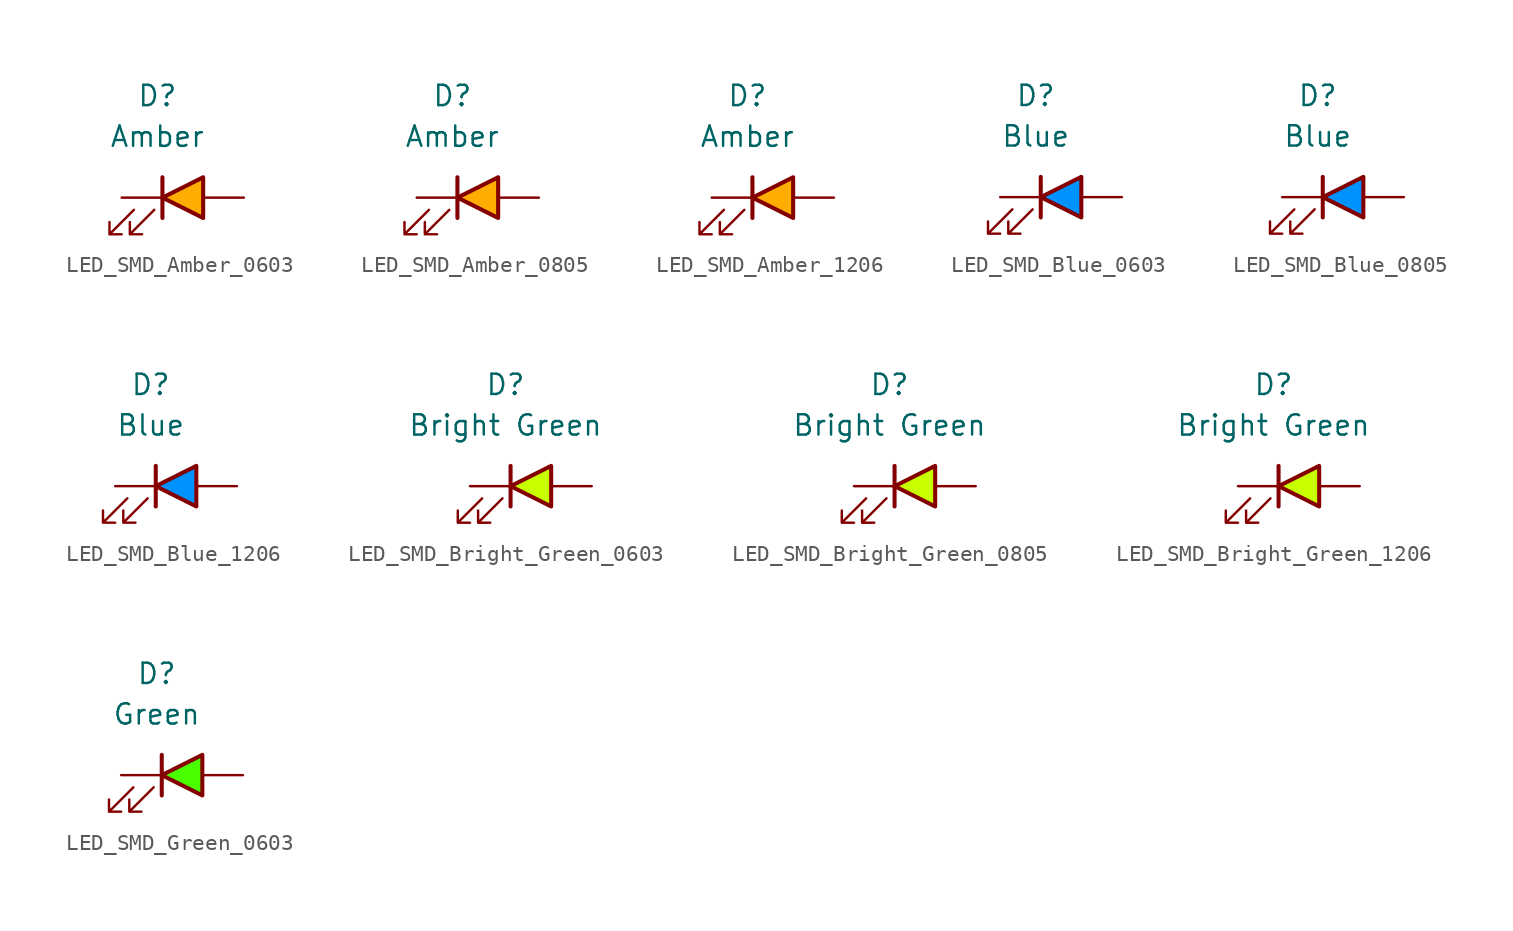
<source format=kicad_sym>
(kicad_symbol_lib
  (version 20241209)
  (generator "kicad_symbol_editor")
  (generator_version "9.0")
  (symbol "LED_SMD_Amber_0603"
    (pin_numbers
      (hide yes))
    (pin_names
      (offset 1.016)
      (hide yes))
    (property "Reference" "D"
      (at -1.587 6.35 0)
      (effects (font (size 1.27 1.27))))
    (property "Value" "Amber"
      (at -1.587 3.81 0)
      (effects (font (size 1.27 1.27))))
    (symbol "LED_SMD_Amber_0603_0_1"
      (polyline (pts (xy -3.048 -0.762) (xy -4.572 -2.286) (xy -3.81 -2.286) (xy -4.572 -2.286) (xy -4.572 -1.524)) (stroke (width 0) (type default)) (fill (type none)))
      (polyline (pts (xy -1.778 -0.762) (xy -3.302 -2.286) (xy -2.54 -2.286) (xy -3.302 -2.286) (xy -3.302 -1.524)) (stroke (width 0) (type default)) (fill (type none)))
      (polyline (pts (xy -1.27 -1.27) (xy -1.27 1.27)) (stroke (width 0.254) (type default)) (fill (type none))))
    (symbol "LED_SMD_Amber_0603_1_1"
      (polyline (pts (xy 1.27 -1.27) (xy 1.27 1.27) (xy -1.27 0) (xy 1.27 -1.27)) (stroke (width 0.254) (type default)) (fill (type color) (color 255 173 0 1)))
      (pin passive line (at -3.81 0 0) (length 2.54) (name "K" (effects (font (size 1.27 1.27)))) (number "1" (effects (font (size 1.27 1.27)))))
      (pin passive line (at 3.81 0 180) (length 2.54) (name "A" (effects (font (size 1.27 1.27)))) (number "2" (effects (font (size 1.27 1.27)))))))
  (symbol "LED_SMD_Amber_0805"
    (pin_numbers
      (hide yes))
    (pin_names
      (offset 1.016)
      (hide yes))
    (property "Reference" "D"
      (at -1.587 6.35 0)
      (effects (font (size 1.27 1.27))))
    (property "Value" "Amber"
      (at -1.587 3.81 0)
      (effects (font (size 1.27 1.27))))
    (symbol "LED_SMD_Amber_0805_0_1"
      (polyline (pts (xy -3.048 -0.762) (xy -4.572 -2.286) (xy -3.81 -2.286) (xy -4.572 -2.286) (xy -4.572 -1.524)) (stroke (width 0) (type default)) (fill (type none)))
      (polyline (pts (xy -1.778 -0.762) (xy -3.302 -2.286) (xy -2.54 -2.286) (xy -3.302 -2.286) (xy -3.302 -1.524)) (stroke (width 0) (type default)) (fill (type none)))
      (polyline (pts (xy -1.27 -1.27) (xy -1.27 1.27)) (stroke (width 0.254) (type default)) (fill (type none))))
    (symbol "LED_SMD_Amber_0805_1_1"
      (polyline (pts (xy 1.27 -1.27) (xy 1.27 1.27) (xy -1.27 0) (xy 1.27 -1.27)) (stroke (width 0.254) (type default)) (fill (type color) (color 255 173 0 1)))
      (pin passive line (at -3.81 0 0) (length 2.54) (name "K" (effects (font (size 1.27 1.27)))) (number "1" (effects (font (size 1.27 1.27)))))
      (pin passive line (at 3.81 0 180) (length 2.54) (name "A" (effects (font (size 1.27 1.27)))) (number "2" (effects (font (size 1.27 1.27)))))))
  (symbol "LED_SMD_Amber_1206"
    (pin_numbers
      (hide yes))
    (pin_names
      (offset 1.016)
      (hide yes))
    (property "Reference" "D"
      (at -1.587 6.35 0)
      (effects (font (size 1.27 1.27))))
    (property "Value" "Amber"
      (at -1.587 3.81 0)
      (effects (font (size 1.27 1.27))))
    (symbol "LED_SMD_Amber_1206_0_1"
      (polyline (pts (xy -3.048 -0.762) (xy -4.572 -2.286) (xy -3.81 -2.286) (xy -4.572 -2.286) (xy -4.572 -1.524)) (stroke (width 0) (type default)) (fill (type none)))
      (polyline (pts (xy -1.778 -0.762) (xy -3.302 -2.286) (xy -2.54 -2.286) (xy -3.302 -2.286) (xy -3.302 -1.524)) (stroke (width 0) (type default)) (fill (type none)))
      (polyline (pts (xy -1.27 -1.27) (xy -1.27 1.27)) (stroke (width 0.254) (type default)) (fill (type none))))
    (symbol "LED_SMD_Amber_1206_1_1"
      (polyline (pts (xy 1.27 -1.27) (xy 1.27 1.27) (xy -1.27 0) (xy 1.27 -1.27)) (stroke (width 0.254) (type default)) (fill (type color) (color 255 173 0 1)))
      (pin passive line (at -3.81 0 0) (length 2.54) (name "K" (effects (font (size 1.27 1.27)))) (number "1" (effects (font (size 1.27 1.27)))))
      (pin passive line (at 3.81 0 180) (length 2.54) (name "A" (effects (font (size 1.27 1.27)))) (number "2" (effects (font (size 1.27 1.27)))))))
  (symbol "LED_SMD_Blue_0603"
    (pin_numbers
      (hide yes))
    (pin_names
      (offset 1.016)
      (hide yes))
    (property "Reference" "D"
      (at -1.587 6.35 0)
      (effects (font (size 1.27 1.27))))
    (property "Value" "Blue"
      (at -1.587 3.81 0)
      (effects (font (size 1.27 1.27))))
    (symbol "LED_SMD_Blue_0603_0_1"
      (polyline (pts (xy -3.048 -0.762) (xy -4.572 -2.286) (xy -3.81 -2.286) (xy -4.572 -2.286) (xy -4.572 -1.524)) (stroke (width 0) (type default)) (fill (type none)))
      (polyline (pts (xy -1.778 -0.762) (xy -3.302 -2.286) (xy -2.54 -2.286) (xy -3.302 -2.286) (xy -3.302 -1.524)) (stroke (width 0) (type default)) (fill (type none)))
      (polyline (pts (xy -1.27 -1.27) (xy -1.27 1.27)) (stroke (width 0.254) (type default)) (fill (type none))))
    (symbol "LED_SMD_Blue_0603_1_1"
      (polyline (pts (xy 1.27 -1.27) (xy 1.27 1.27) (xy -1.27 0) (xy 1.27 -1.27)) (stroke (width 0.254) (type default)) (fill (type color) (color 0 146 255 1)))
      (pin passive line (at -3.81 0 0) (length 2.54) (name "K" (effects (font (size 1.27 1.27)))) (number "1" (effects (font (size 1.27 1.27)))))
      (pin passive line (at 3.81 0 180) (length 2.54) (name "A" (effects (font (size 1.27 1.27)))) (number "2" (effects (font (size 1.27 1.27)))))))
  (symbol "LED_SMD_Blue_0805"
    (pin_numbers
      (hide yes))
    (pin_names
      (offset 1.016)
      (hide yes))
    (property "Reference" "D"
      (at -1.587 6.35 0)
      (effects (font (size 1.27 1.27))))
    (property "Value" "Blue"
      (at -1.587 3.81 0)
      (effects (font (size 1.27 1.27))))
    (symbol "LED_SMD_Blue_0805_0_1"
      (polyline (pts (xy -3.048 -0.762) (xy -4.572 -2.286) (xy -3.81 -2.286) (xy -4.572 -2.286) (xy -4.572 -1.524)) (stroke (width 0) (type default)) (fill (type none)))
      (polyline (pts (xy -1.778 -0.762) (xy -3.302 -2.286) (xy -2.54 -2.286) (xy -3.302 -2.286) (xy -3.302 -1.524)) (stroke (width 0) (type default)) (fill (type none)))
      (polyline (pts (xy -1.27 -1.27) (xy -1.27 1.27)) (stroke (width 0.254) (type default)) (fill (type none))))
    (symbol "LED_SMD_Blue_0805_1_1"
      (polyline (pts (xy 1.27 -1.27) (xy 1.27 1.27) (xy -1.27 0) (xy 1.27 -1.27)) (stroke (width 0.254) (type default)) (fill (type color) (color 0 146 255 1)))
      (pin passive line (at -3.81 0 0) (length 2.54) (name "K" (effects (font (size 1.27 1.27)))) (number "1" (effects (font (size 1.27 1.27)))))
      (pin passive line (at 3.81 0 180) (length 2.54) (name "A" (effects (font (size 1.27 1.27)))) (number "2" (effects (font (size 1.27 1.27)))))))
  (symbol "LED_SMD_Blue_1206"
    (pin_numbers
      (hide yes))
    (pin_names
      (offset 1.016)
      (hide yes))
    (property "Reference" "D"
      (at -1.587 6.35 0)
      (effects (font (size 1.27 1.27))))
    (property "Value" "Blue"
      (at -1.587 3.81 0)
      (effects (font (size 1.27 1.27))))
    (symbol "LED_SMD_Blue_1206_0_1"
      (polyline (pts (xy -3.048 -0.762) (xy -4.572 -2.286) (xy -3.81 -2.286) (xy -4.572 -2.286) (xy -4.572 -1.524)) (stroke (width 0) (type default)) (fill (type none)))
      (polyline (pts (xy -1.778 -0.762) (xy -3.302 -2.286) (xy -2.54 -2.286) (xy -3.302 -2.286) (xy -3.302 -1.524)) (stroke (width 0) (type default)) (fill (type none)))
      (polyline (pts (xy -1.27 -1.27) (xy -1.27 1.27)) (stroke (width 0.254) (type default)) (fill (type none))))
    (symbol "LED_SMD_Blue_1206_1_1"
      (polyline (pts (xy 1.27 -1.27) (xy 1.27 1.27) (xy -1.27 0) (xy 1.27 -1.27)) (stroke (width 0.254) (type default)) (fill (type color) (color 0 146 255 1)))
      (pin passive line (at -3.81 0 0) (length 2.54) (name "K" (effects (font (size 1.27 1.27)))) (number "1" (effects (font (size 1.27 1.27)))))
      (pin passive line (at 3.81 0 180) (length 2.54) (name "A" (effects (font (size 1.27 1.27)))) (number "2" (effects (font (size 1.27 1.27)))))))
  (symbol "LED_SMD_Bright_Green_0603"
    (pin_numbers
      (hide yes))
    (pin_names
      (offset 1.016)
      (hide yes))
    (property "Reference" "D"
      (at -1.587 6.35 0)
      (effects (font (size 1.27 1.27))))
    (property "Value" "Bright Green"
      (at -1.587 3.81 0)
      (effects (font (size 1.27 1.27))))
    (symbol "LED_SMD_Bright_Green_0603_0_1"
      (polyline (pts (xy -3.048 -0.762) (xy -4.572 -2.286) (xy -3.81 -2.286) (xy -4.572 -2.286) (xy -4.572 -1.524)) (stroke (width 0) (type default)) (fill (type none)))
      (polyline (pts (xy -1.778 -0.762) (xy -3.302 -2.286) (xy -2.54 -2.286) (xy -3.302 -2.286) (xy -3.302 -1.524)) (stroke (width 0) (type default)) (fill (type none)))
      (polyline (pts (xy -1.27 -1.27) (xy -1.27 1.27)) (stroke (width 0.254) (type default)) (fill (type none))))
    (symbol "LED_SMD_Bright_Green_0603_1_1"
      (polyline (pts (xy 1.27 -1.27) (xy 1.27 1.27) (xy -1.27 0) (xy 1.27 -1.27)) (stroke (width 0.254) (type default)) (fill (type color) (color 200 255 0 1)))
      (pin passive line (at -3.81 0 0) (length 2.54) (name "K" (effects (font (size 1.27 1.27)))) (number "1" (effects (font (size 1.27 1.27)))))
      (pin passive line (at 3.81 0 180) (length 2.54) (name "A" (effects (font (size 1.27 1.27)))) (number "2" (effects (font (size 1.27 1.27)))))))
  (symbol "LED_SMD_Bright_Green_0805"
    (pin_numbers
      (hide yes))
    (pin_names
      (offset 1.016)
      (hide yes))
    (property "Reference" "D"
      (at -1.587 6.35 0)
      (effects (font (size 1.27 1.27))))
    (property "Value" "Bright Green"
      (at -1.587 3.81 0)
      (effects (font (size 1.27 1.27))))
    (symbol "LED_SMD_Bright_Green_0805_0_1"
      (polyline (pts (xy -3.048 -0.762) (xy -4.572 -2.286) (xy -3.81 -2.286) (xy -4.572 -2.286) (xy -4.572 -1.524)) (stroke (width 0) (type default)) (fill (type none)))
      (polyline (pts (xy -1.778 -0.762) (xy -3.302 -2.286) (xy -2.54 -2.286) (xy -3.302 -2.286) (xy -3.302 -1.524)) (stroke (width 0) (type default)) (fill (type none)))
      (polyline (pts (xy -1.27 -1.27) (xy -1.27 1.27)) (stroke (width 0.254) (type default)) (fill (type none))))
    (symbol "LED_SMD_Bright_Green_0805_1_1"
      (polyline (pts (xy 1.27 -1.27) (xy 1.27 1.27) (xy -1.27 0) (xy 1.27 -1.27)) (stroke (width 0.254) (type default)) (fill (type color) (color 200 255 0 1)))
      (pin passive line (at -3.81 0 0) (length 2.54) (name "K" (effects (font (size 1.27 1.27)))) (number "1" (effects (font (size 1.27 1.27)))))
      (pin passive line (at 3.81 0 180) (length 2.54) (name "A" (effects (font (size 1.27 1.27)))) (number "2" (effects (font (size 1.27 1.27)))))))
  (symbol "LED_SMD_Bright_Green_1206"
    (pin_numbers
      (hide yes))
    (pin_names
      (offset 1.016)
      (hide yes))
    (property "Reference" "D"
      (at -1.587 6.35 0)
      (effects (font (size 1.27 1.27))))
    (property "Value" "Bright Green"
      (at -1.587 3.81 0)
      (effects (font (size 1.27 1.27))))
    (symbol "LED_SMD_Bright_Green_1206_0_1"
      (polyline (pts (xy -3.048 -0.762) (xy -4.572 -2.286) (xy -3.81 -2.286) (xy -4.572 -2.286) (xy -4.572 -1.524)) (stroke (width 0) (type default)) (fill (type none)))
      (polyline (pts (xy -1.778 -0.762) (xy -3.302 -2.286) (xy -2.54 -2.286) (xy -3.302 -2.286) (xy -3.302 -1.524)) (stroke (width 0) (type default)) (fill (type none)))
      (polyline (pts (xy -1.27 -1.27) (xy -1.27 1.27)) (stroke (width 0.254) (type default)) (fill (type none))))
    (symbol "LED_SMD_Bright_Green_1206_1_1"
      (polyline (pts (xy 1.27 -1.27) (xy 1.27 1.27) (xy -1.27 0) (xy 1.27 -1.27)) (stroke (width 0.254) (type default)) (fill (type color) (color 200 255 0 1)))
      (pin passive line (at -3.81 0 0) (length 2.54) (name "K" (effects (font (size 1.27 1.27)))) (number "1" (effects (font (size 1.27 1.27)))))
      (pin passive line (at 3.81 0 180) (length 2.54) (name "A" (effects (font (size 1.27 1.27)))) (number "2" (effects (font (size 1.27 1.27)))))))
  (symbol "LED_SMD_Green_0603"
    (pin_numbers
      (hide yes))
    (pin_names
      (offset 1.016)
      (hide yes))
    (property "Reference" "D"
      (at -1.587 6.35 0)
      (effects (font (size 1.27 1.27))))
    (property "Value" "Green"
      (at -1.587 3.81 0)
      (effects (font (size 1.27 1.27))))
    (symbol "LED_SMD_Green_0603_0_1"
      (polyline (pts (xy -3.048 -0.762) (xy -4.572 -2.286) (xy -3.81 -2.286) (xy -4.572 -2.286) (xy -4.572 -1.524)) (stroke (width 0) (type default)) (fill (type none)))
      (polyline (pts (xy -1.778 -0.762) (xy -3.302 -2.286) (xy -2.54 -2.286) (xy -3.302 -2.286) (xy -3.302 -1.524)) (stroke (width 0) (type default)) (fill (type none)))
      (polyline (pts (xy -1.27 -1.27) (xy -1.27 1.27)) (stroke (width 0.254) (type default)) (fill (type none))))
    (symbol "LED_SMD_Green_0603_1_1"
      (polyline (pts (xy 1.27 -1.27) (xy 1.27 1.27) (xy -1.27 0) (xy 1.27 -1.27)) (stroke (width 0.254) (type default)) (fill (type color) (color 74 255 0 1)))
      (pin passive line (at -3.81 0 0) (length 2.54) (name "K" (effects (font (size 1.27 1.27)))) (number "1" (effects (font (size 1.27 1.27)))))
      (pin passive line (at 3.81 0 180) (length 2.54) (name "A" (effects (font (size 1.27 1.27)))) (number "2" (effects (font (size 1.27 1.27))))))))
</source>
